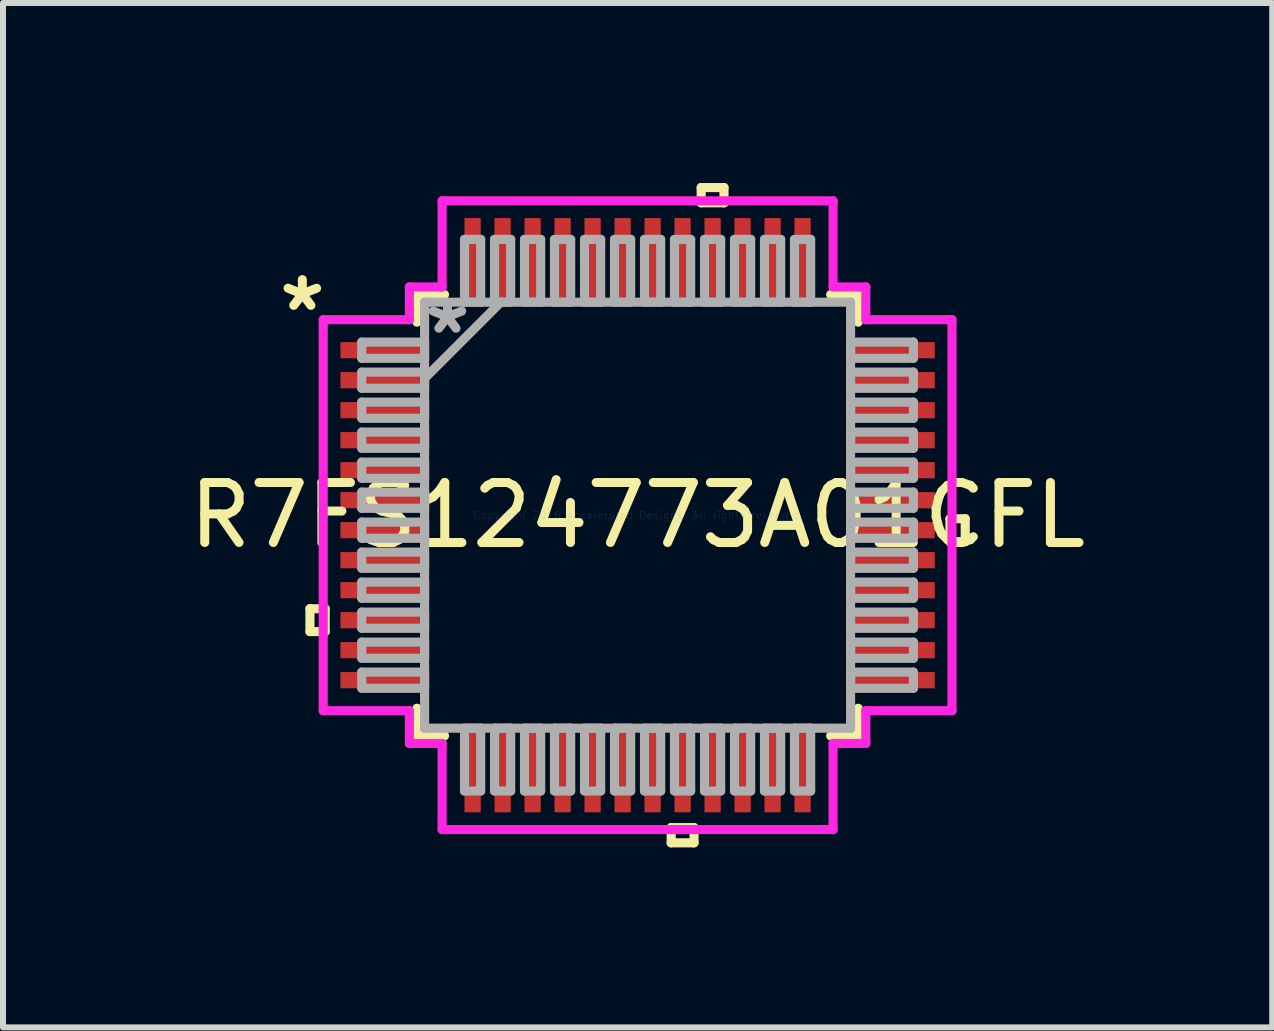
<source format=kicad_pcb>
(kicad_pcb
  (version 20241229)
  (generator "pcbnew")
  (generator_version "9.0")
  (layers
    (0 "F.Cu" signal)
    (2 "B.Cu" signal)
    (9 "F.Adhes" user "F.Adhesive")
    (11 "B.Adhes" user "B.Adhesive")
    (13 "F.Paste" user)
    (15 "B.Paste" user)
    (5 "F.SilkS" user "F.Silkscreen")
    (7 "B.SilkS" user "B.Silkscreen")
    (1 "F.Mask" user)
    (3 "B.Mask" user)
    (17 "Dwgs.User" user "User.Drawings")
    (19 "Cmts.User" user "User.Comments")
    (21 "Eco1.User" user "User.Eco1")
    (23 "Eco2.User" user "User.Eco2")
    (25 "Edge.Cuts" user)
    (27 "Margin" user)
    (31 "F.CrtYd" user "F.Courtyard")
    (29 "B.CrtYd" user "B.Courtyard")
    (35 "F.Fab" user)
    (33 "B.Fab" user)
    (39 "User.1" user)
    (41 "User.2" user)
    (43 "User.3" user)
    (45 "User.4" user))
  (footprint "R7FS124773A01CFL"
    (layer "F.Cu")
    (at 7.577 5.537)
    (property "Reference" "R7FS124773A01CFL" (at 0 0 0) (layer "F.SilkS") (effects (font (size 1 1) (thickness 0.15))))
    (attr through_hole)
    (fp_line (start -5.461 1.559) (end -5.461 1.94) (stroke (width 0.152) (type solid)) (layer "F.SilkS"))
    (fp_line (start -5.461 1.94) (end -5.207 1.94) (stroke (width 0.152) (type solid)) (layer "F.SilkS"))
    (fp_line (start -5.207 1.559) (end -5.461 1.559) (stroke (width 0.152) (type solid)) (layer "F.SilkS"))
    (fp_line (start -5.207 1.94) (end -5.207 1.559) (stroke (width 0.152) (type solid)) (layer "F.SilkS"))
    (fp_line (start -3.677 -3.677) (end -3.677 -3.218) (stroke (width 0.152) (type solid)) (layer "F.SilkS"))
    (fp_line (start -3.677 3.218) (end -3.677 3.677) (stroke (width 0.152) (type solid)) (layer "F.SilkS"))
    (fp_line (start -3.677 3.677) (end -3.218 3.677) (stroke (width 0.152) (type solid)) (layer "F.SilkS"))
    (fp_line (start -3.218 -3.677) (end -3.677 -3.677) (stroke (width 0.152) (type solid)) (layer "F.SilkS"))
    (fp_line (start 0.56 5.207) (end 0.56 5.461) (stroke (width 0.152) (type solid)) (layer "F.SilkS"))
    (fp_line (start 0.56 5.461) (end 0.941 5.461) (stroke (width 0.152) (type solid)) (layer "F.SilkS"))
    (fp_line (start 0.941 5.207) (end 0.56 5.207) (stroke (width 0.152) (type solid)) (layer "F.SilkS"))
    (fp_line (start 0.941 5.461) (end 0.941 5.207) (stroke (width 0.152) (type solid)) (layer "F.SilkS"))
    (fp_line (start 1.06 -5.461) (end 1.44 -5.461) (stroke (width 0.152) (type solid)) (layer "F.SilkS"))
    (fp_line (start 1.06 -5.207) (end 1.06 -5.461) (stroke (width 0.152) (type solid)) (layer "F.SilkS"))
    (fp_line (start 1.44 -5.461) (end 1.44 -5.207) (stroke (width 0.152) (type solid)) (layer "F.SilkS"))
    (fp_line (start 1.44 -5.207) (end 1.06 -5.207) (stroke (width 0.152) (type solid)) (layer "F.SilkS"))
    (fp_line (start 3.218 3.677) (end 3.677 3.677) (stroke (width 0.152) (type solid)) (layer "F.SilkS"))
    (fp_line (start 3.677 -3.677) (end 3.218 -3.677) (stroke (width 0.152) (type solid)) (layer "F.SilkS"))
    (fp_line (start 3.677 -3.218) (end 3.677 -3.677) (stroke (width 0.152) (type solid)) (layer "F.SilkS"))
    (fp_line (start 3.677 3.677) (end 3.677 3.218) (stroke (width 0.152) (type solid)) (layer "F.SilkS"))
    (fp_line (start 5.207 0.059) (end 5.461 0.059) (stroke (width 0.152) (type solid)) (layer "F.SilkS"))
    (fp_line (start 5.207 0.441) (end 5.207 0.059) (stroke (width 0.152) (type solid)) (layer "F.SilkS"))
    (fp_line (start 5.461 0.059) (end 5.461 0.441) (stroke (width 0.152) (type solid)) (layer "F.SilkS"))
    (fp_line (start 5.461 0.441) (end 5.207 0.441) (stroke (width 0.152) (type solid)) (layer "F.SilkS"))
    (fp_line (start -5.24 -3.258) (end -3.804 -3.258) (stroke (width 0.152) (type solid)) (layer "F.CrtYd"))
    (fp_line (start -5.24 3.258) (end -5.24 -3.258) (stroke (width 0.152) (type solid)) (layer "F.CrtYd"))
    (fp_line (start -3.804 -3.804) (end -3.258 -3.804) (stroke (width 0.152) (type solid)) (layer "F.CrtYd"))
    (fp_line (start -3.804 -3.258) (end -3.804 -3.804) (stroke (width 0.152) (type solid)) (layer "F.CrtYd"))
    (fp_line (start -3.804 3.258) (end -5.24 3.258) (stroke (width 0.152) (type solid)) (layer "F.CrtYd"))
    (fp_line (start -3.804 3.804) (end -3.804 3.258) (stroke (width 0.152) (type solid)) (layer "F.CrtYd"))
    (fp_line (start -3.258 -5.24) (end 3.258 -5.24) (stroke (width 0.152) (type solid)) (layer "F.CrtYd"))
    (fp_line (start -3.258 -3.804) (end -3.258 -5.24) (stroke (width 0.152) (type solid)) (layer "F.CrtYd"))
    (fp_line (start -3.258 3.804) (end -3.804 3.804) (stroke (width 0.152) (type solid)) (layer "F.CrtYd"))
    (fp_line (start -3.258 5.24) (end -3.258 3.804) (stroke (width 0.152) (type solid)) (layer "F.CrtYd"))
    (fp_line (start 3.258 -5.24) (end 3.258 -3.804) (stroke (width 0.152) (type solid)) (layer "F.CrtYd"))
    (fp_line (start 3.258 -3.804) (end 3.804 -3.804) (stroke (width 0.152) (type solid)) (layer "F.CrtYd"))
    (fp_line (start 3.258 3.804) (end 3.258 5.24) (stroke (width 0.152) (type solid)) (layer "F.CrtYd"))
    (fp_line (start 3.258 5.24) (end -3.258 5.24) (stroke (width 0.152) (type solid)) (layer "F.CrtYd"))
    (fp_line (start 3.804 -3.804) (end 3.804 -3.258) (stroke (width 0.152) (type solid)) (layer "F.CrtYd"))
    (fp_line (start 3.804 -3.258) (end 5.24 -3.258) (stroke (width 0.152) (type solid)) (layer "F.CrtYd"))
    (fp_line (start 3.804 3.258) (end 3.804 3.804) (stroke (width 0.152) (type solid)) (layer "F.CrtYd"))
    (fp_line (start 3.804 3.804) (end 3.258 3.804) (stroke (width 0.152) (type solid)) (layer "F.CrtYd"))
    (fp_line (start 5.24 -3.258) (end 5.24 3.258) (stroke (width 0.152) (type solid)) (layer "F.CrtYd"))
    (fp_line (start 5.24 3.258) (end 3.804 3.258) (stroke (width 0.152) (type solid)) (layer "F.CrtYd"))
    (fp_line (start -4.597 -2.885) (end -4.597 -2.615) (stroke (width 0.152) (type solid)) (layer "F.Fab"))
    (fp_line (start -4.597 -2.615) (end -3.55 -2.615) (stroke (width 0.152) (type solid)) (layer "F.Fab"))
    (fp_line (start -4.597 -2.385) (end -4.597 -2.115) (stroke (width 0.152) (type solid)) (layer "F.Fab"))
    (fp_line (start -4.597 -2.115) (end -3.55 -2.115) (stroke (width 0.152) (type solid)) (layer "F.Fab"))
    (fp_line (start -4.597 -1.885) (end -4.597 -1.615) (stroke (width 0.152) (type solid)) (layer "F.Fab"))
    (fp_line (start -4.597 -1.615) (end -3.55 -1.615) (stroke (width 0.152) (type solid)) (layer "F.Fab"))
    (fp_line (start -4.597 -1.385) (end -4.597 -1.115) (stroke (width 0.152) (type solid)) (layer "F.Fab"))
    (fp_line (start -4.597 -1.115) (end -3.55 -1.115) (stroke (width 0.152) (type solid)) (layer "F.Fab"))
    (fp_line (start -4.597 -0.885) (end -4.597 -0.615) (stroke (width 0.152) (type solid)) (layer "F.Fab"))
    (fp_line (start -4.597 -0.615) (end -3.55 -0.615) (stroke (width 0.152) (type solid)) (layer "F.Fab"))
    (fp_line (start -4.597 -0.385) (end -4.597 -0.115) (stroke (width 0.152) (type solid)) (layer "F.Fab"))
    (fp_line (start -4.597 -0.115) (end -3.55 -0.115) (stroke (width 0.152) (type solid)) (layer "F.Fab"))
    (fp_line (start -4.597 0.115) (end -4.597 0.385) (stroke (width 0.152) (type solid)) (layer "F.Fab"))
    (fp_line (start -4.597 0.385) (end -3.55 0.385) (stroke (width 0.152) (type solid)) (layer "F.Fab"))
    (fp_line (start -4.597 0.615) (end -4.597 0.885) (stroke (width 0.152) (type solid)) (layer "F.Fab"))
    (fp_line (start -4.597 0.885) (end -3.55 0.885) (stroke (width 0.152) (type solid)) (layer "F.Fab"))
    (fp_line (start -4.597 1.115) (end -4.597 1.385) (stroke (width 0.152) (type solid)) (layer "F.Fab"))
    (fp_line (start -4.597 1.385) (end -3.55 1.385) (stroke (width 0.152) (type solid)) (layer "F.Fab"))
    (fp_line (start -4.597 1.615) (end -4.597 1.885) (stroke (width 0.152) (type solid)) (layer "F.Fab"))
    (fp_line (start -4.597 1.885) (end -3.55 1.885) (stroke (width 0.152) (type solid)) (layer "F.Fab"))
    (fp_line (start -4.597 2.115) (end -4.597 2.385) (stroke (width 0.152) (type solid)) (layer "F.Fab"))
    (fp_line (start -4.597 2.385) (end -3.55 2.385) (stroke (width 0.152) (type solid)) (layer "F.Fab"))
    (fp_line (start -4.597 2.615) (end -4.597 2.885) (stroke (width 0.152) (type solid)) (layer "F.Fab"))
    (fp_line (start -4.597 2.885) (end -3.55 2.885) (stroke (width 0.152) (type solid)) (layer "F.Fab"))
    (fp_line (start -3.55 -3.55) (end -3.55 -3.55) (stroke (width 0.152) (type solid)) (layer "F.Fab"))
    (fp_line (start -3.55 -3.55) (end -3.55 3.55) (stroke (width 0.152) (type solid)) (layer "F.Fab"))
    (fp_line (start -3.55 -2.885) (end -4.597 -2.885) (stroke (width 0.152) (type solid)) (layer "F.Fab"))
    (fp_line (start -3.55 -2.615) (end -3.55 -2.885) (stroke (width 0.152) (type solid)) (layer "F.Fab"))
    (fp_line (start -3.55 -2.385) (end -4.597 -2.385) (stroke (width 0.152) (type solid)) (layer "F.Fab"))
    (fp_line (start -3.55 -2.28) (end -2.28 -3.55) (stroke (width 0.152) (type solid)) (layer "F.Fab"))
    (fp_line (start -3.55 -2.115) (end -3.55 -2.385) (stroke (width 0.152) (type solid)) (layer "F.Fab"))
    (fp_line (start -3.55 -1.885) (end -4.597 -1.885) (stroke (width 0.152) (type solid)) (layer "F.Fab"))
    (fp_line (start -3.55 -1.615) (end -3.55 -1.885) (stroke (width 0.152) (type solid)) (layer "F.Fab"))
    (fp_line (start -3.55 -1.385) (end -4.597 -1.385) (stroke (width 0.152) (type solid)) (layer "F.Fab"))
    (fp_line (start -3.55 -1.115) (end -3.55 -1.385) (stroke (width 0.152) (type solid)) (layer "F.Fab"))
    (fp_line (start -3.55 -0.885) (end -4.597 -0.885) (stroke (width 0.152) (type solid)) (layer "F.Fab"))
    (fp_line (start -3.55 -0.615) (end -3.55 -0.885) (stroke (width 0.152) (type solid)) (layer "F.Fab"))
    (fp_line (start -3.55 -0.385) (end -4.597 -0.385) (stroke (width 0.152) (type solid)) (layer "F.Fab"))
    (fp_line (start -3.55 -0.115) (end -3.55 -0.385) (stroke (width 0.152) (type solid)) (layer "F.Fab"))
    (fp_line (start -3.55 0.115) (end -4.597 0.115) (stroke (width 0.152) (type solid)) (layer "F.Fab"))
    (fp_line (start -3.55 0.385) (end -3.55 0.115) (stroke (width 0.152) (type solid)) (layer "F.Fab"))
    (fp_line (start -3.55 0.615) (end -4.597 0.615) (stroke (width 0.152) (type solid)) (layer "F.Fab"))
    (fp_line (start -3.55 0.885) (end -3.55 0.615) (stroke (width 0.152) (type solid)) (layer "F.Fab"))
    (fp_line (start -3.55 1.115) (end -4.597 1.115) (stroke (width 0.152) (type solid)) (layer "F.Fab"))
    (fp_line (start -3.55 1.385) (end -3.55 1.115) (stroke (width 0.152) (type solid)) (layer "F.Fab"))
    (fp_line (start -3.55 1.615) (end -4.597 1.615) (stroke (width 0.152) (type solid)) (layer "F.Fab"))
    (fp_line (start -3.55 1.885) (end -3.55 1.615) (stroke (width 0.152) (type solid)) (layer "F.Fab"))
    (fp_line (start -3.55 2.115) (end -4.597 2.115) (stroke (width 0.152) (type solid)) (layer "F.Fab"))
    (fp_line (start -3.55 2.385) (end -3.55 2.115) (stroke (width 0.152) (type solid)) (layer "F.Fab"))
    (fp_line (start -3.55 2.615) (end -4.597 2.615) (stroke (width 0.152) (type solid)) (layer "F.Fab"))
    (fp_line (start -3.55 2.885) (end -3.55 2.615) (stroke (width 0.152) (type solid)) (layer "F.Fab"))
    (fp_line (start -3.55 3.55) (end -3.55 3.55) (stroke (width 0.152) (type solid)) (layer "F.Fab"))
    (fp_line (start -3.55 3.55) (end 3.55 3.55) (stroke (width 0.152) (type solid)) (layer "F.Fab"))
    (fp_line (start -2.885 -4.597) (end -2.885 -3.55) (stroke (width 0.152) (type solid)) (layer "F.Fab"))
    (fp_line (start -2.885 -3.55) (end -2.615 -3.55) (stroke (width 0.152) (type solid)) (layer "F.Fab"))
    (fp_line (start -2.885 3.55) (end -2.885 4.597) (stroke (width 0.152) (type solid)) (layer "F.Fab"))
    (fp_line (start -2.885 4.597) (end -2.615 4.597) (stroke (width 0.152) (type solid)) (layer "F.Fab"))
    (fp_line (start -2.615 -4.597) (end -2.885 -4.597) (stroke (width 0.152) (type solid)) (layer "F.Fab"))
    (fp_line (start -2.615 -3.55) (end -2.615 -4.597) (stroke (width 0.152) (type solid)) (layer "F.Fab"))
    (fp_line (start -2.615 3.55) (end -2.885 3.55) (stroke (width 0.152) (type solid)) (layer "F.Fab"))
    (fp_line (start -2.615 4.597) (end -2.615 3.55) (stroke (width 0.152) (type solid)) (layer "F.Fab"))
    (fp_line (start -2.385 -4.597) (end -2.385 -3.55) (stroke (width 0.152) (type solid)) (layer "F.Fab"))
    (fp_line (start -2.385 -3.55) (end -2.115 -3.55) (stroke (width 0.152) (type solid)) (layer "F.Fab"))
    (fp_line (start -2.385 3.55) (end -2.385 4.597) (stroke (width 0.152) (type solid)) (layer "F.Fab"))
    (fp_line (start -2.385 4.597) (end -2.115 4.597) (stroke (width 0.152) (type solid)) (layer "F.Fab"))
    (fp_line (start -2.115 -4.597) (end -2.385 -4.597) (stroke (width 0.152) (type solid)) (layer "F.Fab"))
    (fp_line (start -2.115 -3.55) (end -2.115 -4.597) (stroke (width 0.152) (type solid)) (layer "F.Fab"))
    (fp_line (start -2.115 3.55) (end -2.385 3.55) (stroke (width 0.152) (type solid)) (layer "F.Fab"))
    (fp_line (start -2.115 4.597) (end -2.115 3.55) (stroke (width 0.152) (type solid)) (layer "F.Fab"))
    (fp_line (start -1.885 -4.597) (end -1.885 -3.55) (stroke (width 0.152) (type solid)) (layer "F.Fab"))
    (fp_line (start -1.885 -3.55) (end -1.615 -3.55) (stroke (width 0.152) (type solid)) (layer "F.Fab"))
    (fp_line (start -1.885 3.55) (end -1.885 4.597) (stroke (width 0.152) (type solid)) (layer "F.Fab"))
    (fp_line (start -1.885 4.597) (end -1.615 4.597) (stroke (width 0.152) (type solid)) (layer "F.Fab"))
    (fp_line (start -1.615 -4.597) (end -1.885 -4.597) (stroke (width 0.152) (type solid)) (layer "F.Fab"))
    (fp_line (start -1.615 -3.55) (end -1.615 -4.597) (stroke (width 0.152) (type solid)) (layer "F.Fab"))
    (fp_line (start -1.615 3.55) (end -1.885 3.55) (stroke (width 0.152) (type solid)) (layer "F.Fab"))
    (fp_line (start -1.615 4.597) (end -1.615 3.55) (stroke (width 0.152) (type solid)) (layer "F.Fab"))
    (fp_line (start -1.385 -4.597) (end -1.385 -3.55) (stroke (width 0.152) (type solid)) (layer "F.Fab"))
    (fp_line (start -1.385 -3.55) (end -1.115 -3.55) (stroke (width 0.152) (type solid)) (layer "F.Fab"))
    (fp_line (start -1.385 3.55) (end -1.385 4.597) (stroke (width 0.152) (type solid)) (layer "F.Fab"))
    (fp_line (start -1.385 4.597) (end -1.115 4.597) (stroke (width 0.152) (type solid)) (layer "F.Fab"))
    (fp_line (start -1.115 -4.597) (end -1.385 -4.597) (stroke (width 0.152) (type solid)) (layer "F.Fab"))
    (fp_line (start -1.115 -3.55) (end -1.115 -4.597) (stroke (width 0.152) (type solid)) (layer "F.Fab"))
    (fp_line (start -1.115 3.55) (end -1.385 3.55) (stroke (width 0.152) (type solid)) (layer "F.Fab"))
    (fp_line (start -1.115 4.597) (end -1.115 3.55) (stroke (width 0.152) (type solid)) (layer "F.Fab"))
    (fp_line (start -0.885 -4.597) (end -0.885 -3.55) (stroke (width 0.152) (type solid)) (layer "F.Fab"))
    (fp_line (start -0.885 -3.55) (end -0.615 -3.55) (stroke (width 0.152) (type solid)) (layer "F.Fab"))
    (fp_line (start -0.885 3.55) (end -0.885 4.597) (stroke (width 0.152) (type solid)) (layer "F.Fab"))
    (fp_line (start -0.885 4.597) (end -0.615 4.597) (stroke (width 0.152) (type solid)) (layer "F.Fab"))
    (fp_line (start -0.615 -4.597) (end -0.885 -4.597) (stroke (width 0.152) (type solid)) (layer "F.Fab"))
    (fp_line (start -0.615 -3.55) (end -0.615 -4.597) (stroke (width 0.152) (type solid)) (layer "F.Fab"))
    (fp_line (start -0.615 3.55) (end -0.885 3.55) (stroke (width 0.152) (type solid)) (layer "F.Fab"))
    (fp_line (start -0.615 4.597) (end -0.615 3.55) (stroke (width 0.152) (type solid)) (layer "F.Fab"))
    (fp_line (start -0.385 -4.597) (end -0.385 -3.55) (stroke (width 0.152) (type solid)) (layer "F.Fab"))
    (fp_line (start -0.385 -3.55) (end -0.115 -3.55) (stroke (width 0.152) (type solid)) (layer "F.Fab"))
    (fp_line (start -0.385 3.55) (end -0.385 4.597) (stroke (width 0.152) (type solid)) (layer "F.Fab"))
    (fp_line (start -0.385 4.597) (end -0.115 4.597) (stroke (width 0.152) (type solid)) (layer "F.Fab"))
    (fp_line (start -0.115 -4.597) (end -0.385 -4.597) (stroke (width 0.152) (type solid)) (layer "F.Fab"))
    (fp_line (start -0.115 -3.55) (end -0.115 -4.597) (stroke (width 0.152) (type solid)) (layer "F.Fab"))
    (fp_line (start -0.115 3.55) (end -0.385 3.55) (stroke (width 0.152) (type solid)) (layer "F.Fab"))
    (fp_line (start -0.115 4.597) (end -0.115 3.55) (stroke (width 0.152) (type solid)) (layer "F.Fab"))
    (fp_line (start 0.115 -4.597) (end 0.115 -3.55) (stroke (width 0.152) (type solid)) (layer "F.Fab"))
    (fp_line (start 0.115 -3.55) (end 0.385 -3.55) (stroke (width 0.152) (type solid)) (layer "F.Fab"))
    (fp_line (start 0.115 3.55) (end 0.115 4.597) (stroke (width 0.152) (type solid)) (layer "F.Fab"))
    (fp_line (start 0.115 4.597) (end 0.385 4.597) (stroke (width 0.152) (type solid)) (layer "F.Fab"))
    (fp_line (start 0.385 -4.597) (end 0.115 -4.597) (stroke (width 0.152) (type solid)) (layer "F.Fab"))
    (fp_line (start 0.385 -3.55) (end 0.385 -4.597) (stroke (width 0.152) (type solid)) (layer "F.Fab"))
    (fp_line (start 0.385 3.55) (end 0.115 3.55) (stroke (width 0.152) (type solid)) (layer "F.Fab"))
    (fp_line (start 0.385 4.597) (end 0.385 3.55) (stroke (width 0.152) (type solid)) (layer "F.Fab"))
    (fp_line (start 0.615 -4.597) (end 0.615 -3.55) (stroke (width 0.152) (type solid)) (layer "F.Fab"))
    (fp_line (start 0.615 -3.55) (end 0.885 -3.55) (stroke (width 0.152) (type solid)) (layer "F.Fab"))
    (fp_line (start 0.615 3.55) (end 0.615 4.597) (stroke (width 0.152) (type solid)) (layer "F.Fab"))
    (fp_line (start 0.615 4.597) (end 0.885 4.597) (stroke (width 0.152) (type solid)) (layer "F.Fab"))
    (fp_line (start 0.885 -4.597) (end 0.615 -4.597) (stroke (width 0.152) (type solid)) (layer "F.Fab"))
    (fp_line (start 0.885 -3.55) (end 0.885 -4.597) (stroke (width 0.152) (type solid)) (layer "F.Fab"))
    (fp_line (start 0.885 3.55) (end 0.615 3.55) (stroke (width 0.152) (type solid)) (layer "F.Fab"))
    (fp_line (start 0.885 4.597) (end 0.885 3.55) (stroke (width 0.152) (type solid)) (layer "F.Fab"))
    (fp_line (start 1.115 -4.597) (end 1.115 -3.55) (stroke (width 0.152) (type solid)) (layer "F.Fab"))
    (fp_line (start 1.115 -3.55) (end 1.385 -3.55) (stroke (width 0.152) (type solid)) (layer "F.Fab"))
    (fp_line (start 1.115 3.55) (end 1.115 4.597) (stroke (width 0.152) (type solid)) (layer "F.Fab"))
    (fp_line (start 1.115 4.597) (end 1.385 4.597) (stroke (width 0.152) (type solid)) (layer "F.Fab"))
    (fp_line (start 1.385 -4.597) (end 1.115 -4.597) (stroke (width 0.152) (type solid)) (layer "F.Fab"))
    (fp_line (start 1.385 -3.55) (end 1.385 -4.597) (stroke (width 0.152) (type solid)) (layer "F.Fab"))
    (fp_line (start 1.385 3.55) (end 1.115 3.55) (stroke (width 0.152) (type solid)) (layer "F.Fab"))
    (fp_line (start 1.385 4.597) (end 1.385 3.55) (stroke (width 0.152) (type solid)) (layer "F.Fab"))
    (fp_line (start 1.615 -4.597) (end 1.615 -3.55) (stroke (width 0.152) (type solid)) (layer "F.Fab"))
    (fp_line (start 1.615 -3.55) (end 1.885 -3.55) (stroke (width 0.152) (type solid)) (layer "F.Fab"))
    (fp_line (start 1.615 3.55) (end 1.615 4.597) (stroke (width 0.152) (type solid)) (layer "F.Fab"))
    (fp_line (start 1.615 4.597) (end 1.885 4.597) (stroke (width 0.152) (type solid)) (layer "F.Fab"))
    (fp_line (start 1.885 -4.597) (end 1.615 -4.597) (stroke (width 0.152) (type solid)) (layer "F.Fab"))
    (fp_line (start 1.885 -3.55) (end 1.885 -4.597) (stroke (width 0.152) (type solid)) (layer "F.Fab"))
    (fp_line (start 1.885 3.55) (end 1.615 3.55) (stroke (width 0.152) (type solid)) (layer "F.Fab"))
    (fp_line (start 1.885 4.597) (end 1.885 3.55) (stroke (width 0.152) (type solid)) (layer "F.Fab"))
    (fp_line (start 2.115 -4.597) (end 2.115 -3.55) (stroke (width 0.152) (type solid)) (layer "F.Fab"))
    (fp_line (start 2.115 -3.55) (end 2.385 -3.55) (stroke (width 0.152) (type solid)) (layer "F.Fab"))
    (fp_line (start 2.115 3.55) (end 2.115 4.597) (stroke (width 0.152) (type solid)) (layer "F.Fab"))
    (fp_line (start 2.115 4.597) (end 2.385 4.597) (stroke (width 0.152) (type solid)) (layer "F.Fab"))
    (fp_line (start 2.385 -4.597) (end 2.115 -4.597) (stroke (width 0.152) (type solid)) (layer "F.Fab"))
    (fp_line (start 2.385 -3.55) (end 2.385 -4.597) (stroke (width 0.152) (type solid)) (layer "F.Fab"))
    (fp_line (start 2.385 3.55) (end 2.115 3.55) (stroke (width 0.152) (type solid)) (layer "F.Fab"))
    (fp_line (start 2.385 4.597) (end 2.385 3.55) (stroke (width 0.152) (type solid)) (layer "F.Fab"))
    (fp_line (start 2.615 -4.597) (end 2.615 -3.55) (stroke (width 0.152) (type solid)) (layer "F.Fab"))
    (fp_line (start 2.615 -3.55) (end 2.885 -3.55) (stroke (width 0.152) (type solid)) (layer "F.Fab"))
    (fp_line (start 2.615 3.55) (end 2.615 4.597) (stroke (width 0.152) (type solid)) (layer "F.Fab"))
    (fp_line (start 2.615 4.597) (end 2.885 4.597) (stroke (width 0.152) (type solid)) (layer "F.Fab"))
    (fp_line (start 2.885 -4.597) (end 2.615 -4.597) (stroke (width 0.152) (type solid)) (layer "F.Fab"))
    (fp_line (start 2.885 -3.55) (end 2.885 -4.597) (stroke (width 0.152) (type solid)) (layer "F.Fab"))
    (fp_line (start 2.885 3.55) (end 2.615 3.55) (stroke (width 0.152) (type solid)) (layer "F.Fab"))
    (fp_line (start 2.885 4.597) (end 2.885 3.55) (stroke (width 0.152) (type solid)) (layer "F.Fab"))
    (fp_line (start 3.55 -3.55) (end -3.55 -3.55) (stroke (width 0.152) (type solid)) (layer "F.Fab"))
    (fp_line (start 3.55 -3.55) (end 3.55 -3.55) (stroke (width 0.152) (type solid)) (layer "F.Fab"))
    (fp_line (start 3.55 -2.885) (end 3.55 -2.615) (stroke (width 0.152) (type solid)) (layer "F.Fab"))
    (fp_line (start 3.55 -2.615) (end 4.597 -2.615) (stroke (width 0.152) (type solid)) (layer "F.Fab"))
    (fp_line (start 3.55 -2.385) (end 3.55 -2.115) (stroke (width 0.152) (type solid)) (layer "F.Fab"))
    (fp_line (start 3.55 -2.115) (end 4.597 -2.115) (stroke (width 0.152) (type solid)) (layer "F.Fab"))
    (fp_line (start 3.55 -1.885) (end 3.55 -1.615) (stroke (width 0.152) (type solid)) (layer "F.Fab"))
    (fp_line (start 3.55 -1.615) (end 4.597 -1.615) (stroke (width 0.152) (type solid)) (layer "F.Fab"))
    (fp_line (start 3.55 -1.385) (end 3.55 -1.115) (stroke (width 0.152) (type solid)) (layer "F.Fab"))
    (fp_line (start 3.55 -1.115) (end 4.597 -1.115) (stroke (width 0.152) (type solid)) (layer "F.Fab"))
    (fp_line (start 3.55 -0.885) (end 3.55 -0.615) (stroke (width 0.152) (type solid)) (layer "F.Fab"))
    (fp_line (start 3.55 -0.615) (end 4.597 -0.615) (stroke (width 0.152) (type solid)) (layer "F.Fab"))
    (fp_line (start 3.55 -0.385) (end 3.55 -0.115) (stroke (width 0.152) (type solid)) (layer "F.Fab"))
    (fp_line (start 3.55 -0.115) (end 4.597 -0.115) (stroke (width 0.152) (type solid)) (layer "F.Fab"))
    (fp_line (start 3.55 0.115) (end 3.55 0.385) (stroke (width 0.152) (type solid)) (layer "F.Fab"))
    (fp_line (start 3.55 0.385) (end 4.597 0.385) (stroke (width 0.152) (type solid)) (layer "F.Fab"))
    (fp_line (start 3.55 0.615) (end 3.55 0.885) (stroke (width 0.152) (type solid)) (layer "F.Fab"))
    (fp_line (start 3.55 0.885) (end 4.597 0.885) (stroke (width 0.152) (type solid)) (layer "F.Fab"))
    (fp_line (start 3.55 1.115) (end 3.55 1.385) (stroke (width 0.152) (type solid)) (layer "F.Fab"))
    (fp_line (start 3.55 1.385) (end 4.597 1.385) (stroke (width 0.152) (type solid)) (layer "F.Fab"))
    (fp_line (start 3.55 1.615) (end 3.55 1.885) (stroke (width 0.152) (type solid)) (layer "F.Fab"))
    (fp_line (start 3.55 1.885) (end 4.597 1.885) (stroke (width 0.152) (type solid)) (layer "F.Fab"))
    (fp_line (start 3.55 2.115) (end 3.55 2.385) (stroke (width 0.152) (type solid)) (layer "F.Fab"))
    (fp_line (start 3.55 2.385) (end 4.597 2.385) (stroke (width 0.152) (type solid)) (layer "F.Fab"))
    (fp_line (start 3.55 2.615) (end 3.55 2.885) (stroke (width 0.152) (type solid)) (layer "F.Fab"))
    (fp_line (start 3.55 2.885) (end 4.597 2.885) (stroke (width 0.152) (type solid)) (layer "F.Fab"))
    (fp_line (start 3.55 3.55) (end 3.55 -3.55) (stroke (width 0.152) (type solid)) (layer "F.Fab"))
    (fp_line (start 3.55 3.55) (end 3.55 3.55) (stroke (width 0.152) (type solid)) (layer "F.Fab"))
    (fp_line (start 4.597 -2.885) (end 3.55 -2.885) (stroke (width 0.152) (type solid)) (layer "F.Fab"))
    (fp_line (start 4.597 -2.615) (end 4.597 -2.885) (stroke (width 0.152) (type solid)) (layer "F.Fab"))
    (fp_line (start 4.597 -2.385) (end 3.55 -2.385) (stroke (width 0.152) (type solid)) (layer "F.Fab"))
    (fp_line (start 4.597 -2.115) (end 4.597 -2.385) (stroke (width 0.152) (type solid)) (layer "F.Fab"))
    (fp_line (start 4.597 -1.885) (end 3.55 -1.885) (stroke (width 0.152) (type solid)) (layer "F.Fab"))
    (fp_line (start 4.597 -1.615) (end 4.597 -1.885) (stroke (width 0.152) (type solid)) (layer "F.Fab"))
    (fp_line (start 4.597 -1.385) (end 3.55 -1.385) (stroke (width 0.152) (type solid)) (layer "F.Fab"))
    (fp_line (start 4.597 -1.115) (end 4.597 -1.385) (stroke (width 0.152) (type solid)) (layer "F.Fab"))
    (fp_line (start 4.597 -0.885) (end 3.55 -0.885) (stroke (width 0.152) (type solid)) (layer "F.Fab"))
    (fp_line (start 4.597 -0.615) (end 4.597 -0.885) (stroke (width 0.152) (type solid)) (layer "F.Fab"))
    (fp_line (start 4.597 -0.385) (end 3.55 -0.385) (stroke (width 0.152) (type solid)) (layer "F.Fab"))
    (fp_line (start 4.597 -0.115) (end 4.597 -0.385) (stroke (width 0.152) (type solid)) (layer "F.Fab"))
    (fp_line (start 4.597 0.115) (end 3.55 0.115) (stroke (width 0.152) (type solid)) (layer "F.Fab"))
    (fp_line (start 4.597 0.385) (end 4.597 0.115) (stroke (width 0.152) (type solid)) (layer "F.Fab"))
    (fp_line (start 4.597 0.615) (end 3.55 0.615) (stroke (width 0.152) (type solid)) (layer "F.Fab"))
    (fp_line (start 4.597 0.885) (end 4.597 0.615) (stroke (width 0.152) (type solid)) (layer "F.Fab"))
    (fp_line (start 4.597 1.115) (end 3.55 1.115) (stroke (width 0.152) (type solid)) (layer "F.Fab"))
    (fp_line (start 4.597 1.385) (end 4.597 1.115) (stroke (width 0.152) (type solid)) (layer "F.Fab"))
    (fp_line (start 4.597 1.615) (end 3.55 1.615) (stroke (width 0.152) (type solid)) (layer "F.Fab"))
    (fp_line (start 4.597 1.885) (end 4.597 1.615) (stroke (width 0.152) (type solid)) (layer "F.Fab"))
    (fp_line (start 4.597 2.115) (end 3.55 2.115) (stroke (width 0.152) (type solid)) (layer "F.Fab"))
    (fp_line (start 4.597 2.385) (end 4.597 2.115) (stroke (width 0.152) (type solid)) (layer "F.Fab"))
    (fp_line (start 4.597 2.615) (end 3.55 2.615) (stroke (width 0.152) (type solid)) (layer "F.Fab"))
    (fp_line (start 4.597 2.885) (end 4.597 2.615) (stroke (width 0.152) (type solid)) (layer "F.Fab"))
    (fp_text user "*" (at -5.588 -3.381 0) (layer "F.SilkS") (effects (font (size 1 1) (thickness 0.15))))
    (fp_text user "Copyright 2016 Accelerated Designs. All rights reserved." (at 0 0 0) (layer "Cmts.User") (effects (font (size 0.127 0.127) (thickness 0.002))))
    (fp_text user "*" (at -3.169 -3 0) (layer "F.Fab") (effects (font (size 1 1) (thickness 0.15))))
    (pad "1" smd rect (at -4.272 -2.75 90) (size 0.27 1.361) (layers "F.Cu" "F.Mask" "F.Paste"))
    (pad "2" smd rect (at -4.272 -2.25 90) (size 0.27 1.361) (layers "F.Cu" "F.Mask" "F.Paste"))
    (pad "3" smd rect (at -4.272 -1.75 90) (size 0.27 1.361) (layers "F.Cu" "F.Mask" "F.Paste"))
    (pad "4" smd rect (at -4.272 -1.25 90) (size 0.27 1.361) (layers "F.Cu" "F.Mask" "F.Paste"))
    (pad "5" smd rect (at -4.272 -0.75 90) (size 0.27 1.361) (layers "F.Cu" "F.Mask" "F.Paste"))
    (pad "6" smd rect (at -4.272 -0.25 90) (size 0.27 1.361) (layers "F.Cu" "F.Mask" "F.Paste"))
    (pad "7" smd rect (at -4.272 0.25 90) (size 0.27 1.361) (layers "F.Cu" "F.Mask" "F.Paste"))
    (pad "8" smd rect (at -4.272 0.75 90) (size 0.27 1.361) (layers "F.Cu" "F.Mask" "F.Paste"))
    (pad "9" smd rect (at -4.272 1.25 90) (size 0.27 1.361) (layers "F.Cu" "F.Mask" "F.Paste"))
    (pad "10" smd rect (at -4.272 1.75 90) (size 0.27 1.361) (layers "F.Cu" "F.Mask" "F.Paste"))
    (pad "11" smd rect (at -4.272 2.25 90) (size 0.27 1.361) (layers "F.Cu" "F.Mask" "F.Paste"))
    (pad "12" smd rect (at -4.272 2.75 90) (size 0.27 1.361) (layers "F.Cu" "F.Mask" "F.Paste"))
    (pad "13" smd rect (at -2.75 4.272) (size 0.27 1.361) (layers "F.Cu" "F.Mask" "F.Paste"))
    (pad "14" smd rect (at -2.25 4.272) (size 0.27 1.361) (layers "F.Cu" "F.Mask" "F.Paste"))
    (pad "15" smd rect (at -1.75 4.272) (size 0.27 1.361) (layers "F.Cu" "F.Mask" "F.Paste"))
    (pad "16" smd rect (at -1.25 4.272) (size 0.27 1.361) (layers "F.Cu" "F.Mask" "F.Paste"))
    (pad "17" smd rect (at -0.75 4.272) (size 0.27 1.361) (layers "F.Cu" "F.Mask" "F.Paste"))
    (pad "18" smd rect (at -0.25 4.272) (size 0.27 1.361) (layers "F.Cu" "F.Mask" "F.Paste"))
    (pad "19" smd rect (at 0.25 4.272) (size 0.27 1.361) (layers "F.Cu" "F.Mask" "F.Paste"))
    (pad "20" smd rect (at 0.75 4.272) (size 0.27 1.361) (layers "F.Cu" "F.Mask" "F.Paste"))
    (pad "21" smd rect (at 1.25 4.272) (size 0.27 1.361) (layers "F.Cu" "F.Mask" "F.Paste"))
    (pad "22" smd rect (at 1.75 4.272) (size 0.27 1.361) (layers "F.Cu" "F.Mask" "F.Paste"))
    (pad "23" smd rect (at 2.25 4.272) (size 0.27 1.361) (layers "F.Cu" "F.Mask" "F.Paste"))
    (pad "24" smd rect (at 2.75 4.272) (size 0.27 1.361) (layers "F.Cu" "F.Mask" "F.Paste"))
    (pad "25" smd rect (at 4.272 2.75 90) (size 0.27 1.361) (layers "F.Cu" "F.Mask" "F.Paste"))
    (pad "26" smd rect (at 4.272 2.25 90) (size 0.27 1.361) (layers "F.Cu" "F.Mask" "F.Paste"))
    (pad "27" smd rect (at 4.272 1.75 90) (size 0.27 1.361) (layers "F.Cu" "F.Mask" "F.Paste"))
    (pad "28" smd rect (at 4.272 1.25 90) (size 0.27 1.361) (layers "F.Cu" "F.Mask" "F.Paste"))
    (pad "29" smd rect (at 4.272 0.75 90) (size 0.27 1.361) (layers "F.Cu" "F.Mask" "F.Paste"))
    (pad "30" smd rect (at 4.272 0.25 90) (size 0.27 1.361) (layers "F.Cu" "F.Mask" "F.Paste"))
    (pad "31" smd rect (at 4.272 -0.25 90) (size 0.27 1.361) (layers "F.Cu" "F.Mask" "F.Paste"))
    (pad "32" smd rect (at 4.272 -0.75 90) (size 0.27 1.361) (layers "F.Cu" "F.Mask" "F.Paste"))
    (pad "33" smd rect (at 4.272 -1.25 90) (size 0.27 1.361) (layers "F.Cu" "F.Mask" "F.Paste"))
    (pad "34" smd rect (at 4.272 -1.75 90) (size 0.27 1.361) (layers "F.Cu" "F.Mask" "F.Paste"))
    (pad "35" smd rect (at 4.272 -2.25 90) (size 0.27 1.361) (layers "F.Cu" "F.Mask" "F.Paste"))
    (pad "36" smd rect (at 4.272 -2.75 90) (size 0.27 1.361) (layers "F.Cu" "F.Mask" "F.Paste"))
    (pad "37" smd rect (at 2.75 -4.272) (size 0.27 1.361) (layers "F.Cu" "F.Mask" "F.Paste"))
    (pad "38" smd rect (at 2.25 -4.272) (size 0.27 1.361) (layers "F.Cu" "F.Mask" "F.Paste"))
    (pad "39" smd rect (at 1.75 -4.272) (size 0.27 1.361) (layers "F.Cu" "F.Mask" "F.Paste"))
    (pad "40" smd rect (at 1.25 -4.272) (size 0.27 1.361) (layers "F.Cu" "F.Mask" "F.Paste"))
    (pad "41" smd rect (at 0.75 -4.272) (size 0.27 1.361) (layers "F.Cu" "F.Mask" "F.Paste"))
    (pad "42" smd rect (at 0.25 -4.272) (size 0.27 1.361) (layers "F.Cu" "F.Mask" "F.Paste"))
    (pad "43" smd rect (at -0.25 -4.272) (size 0.27 1.361) (layers "F.Cu" "F.Mask" "F.Paste"))
    (pad "44" smd rect (at -0.75 -4.272) (size 0.27 1.361) (layers "F.Cu" "F.Mask" "F.Paste"))
    (pad "45" smd rect (at -1.25 -4.272) (size 0.27 1.361) (layers "F.Cu" "F.Mask" "F.Paste"))
    (pad "46" smd rect (at -1.75 -4.272) (size 0.27 1.361) (layers "F.Cu" "F.Mask" "F.Paste"))
    (pad "47" smd rect (at -2.25 -4.272) (size 0.27 1.361) (layers "F.Cu" "F.Mask" "F.Paste"))
    (pad "48" smd rect (at -2.75 -4.272) (size 0.27 1.361) (layers "F.Cu" "F.Mask" "F.Paste")))
  (gr_rect
    (start -3 -3)
    (end 18.155 14.074)
    (stroke (width 0.1) (type default))
    (fill no)
    (layer "Edge.Cuts")))
</source>
